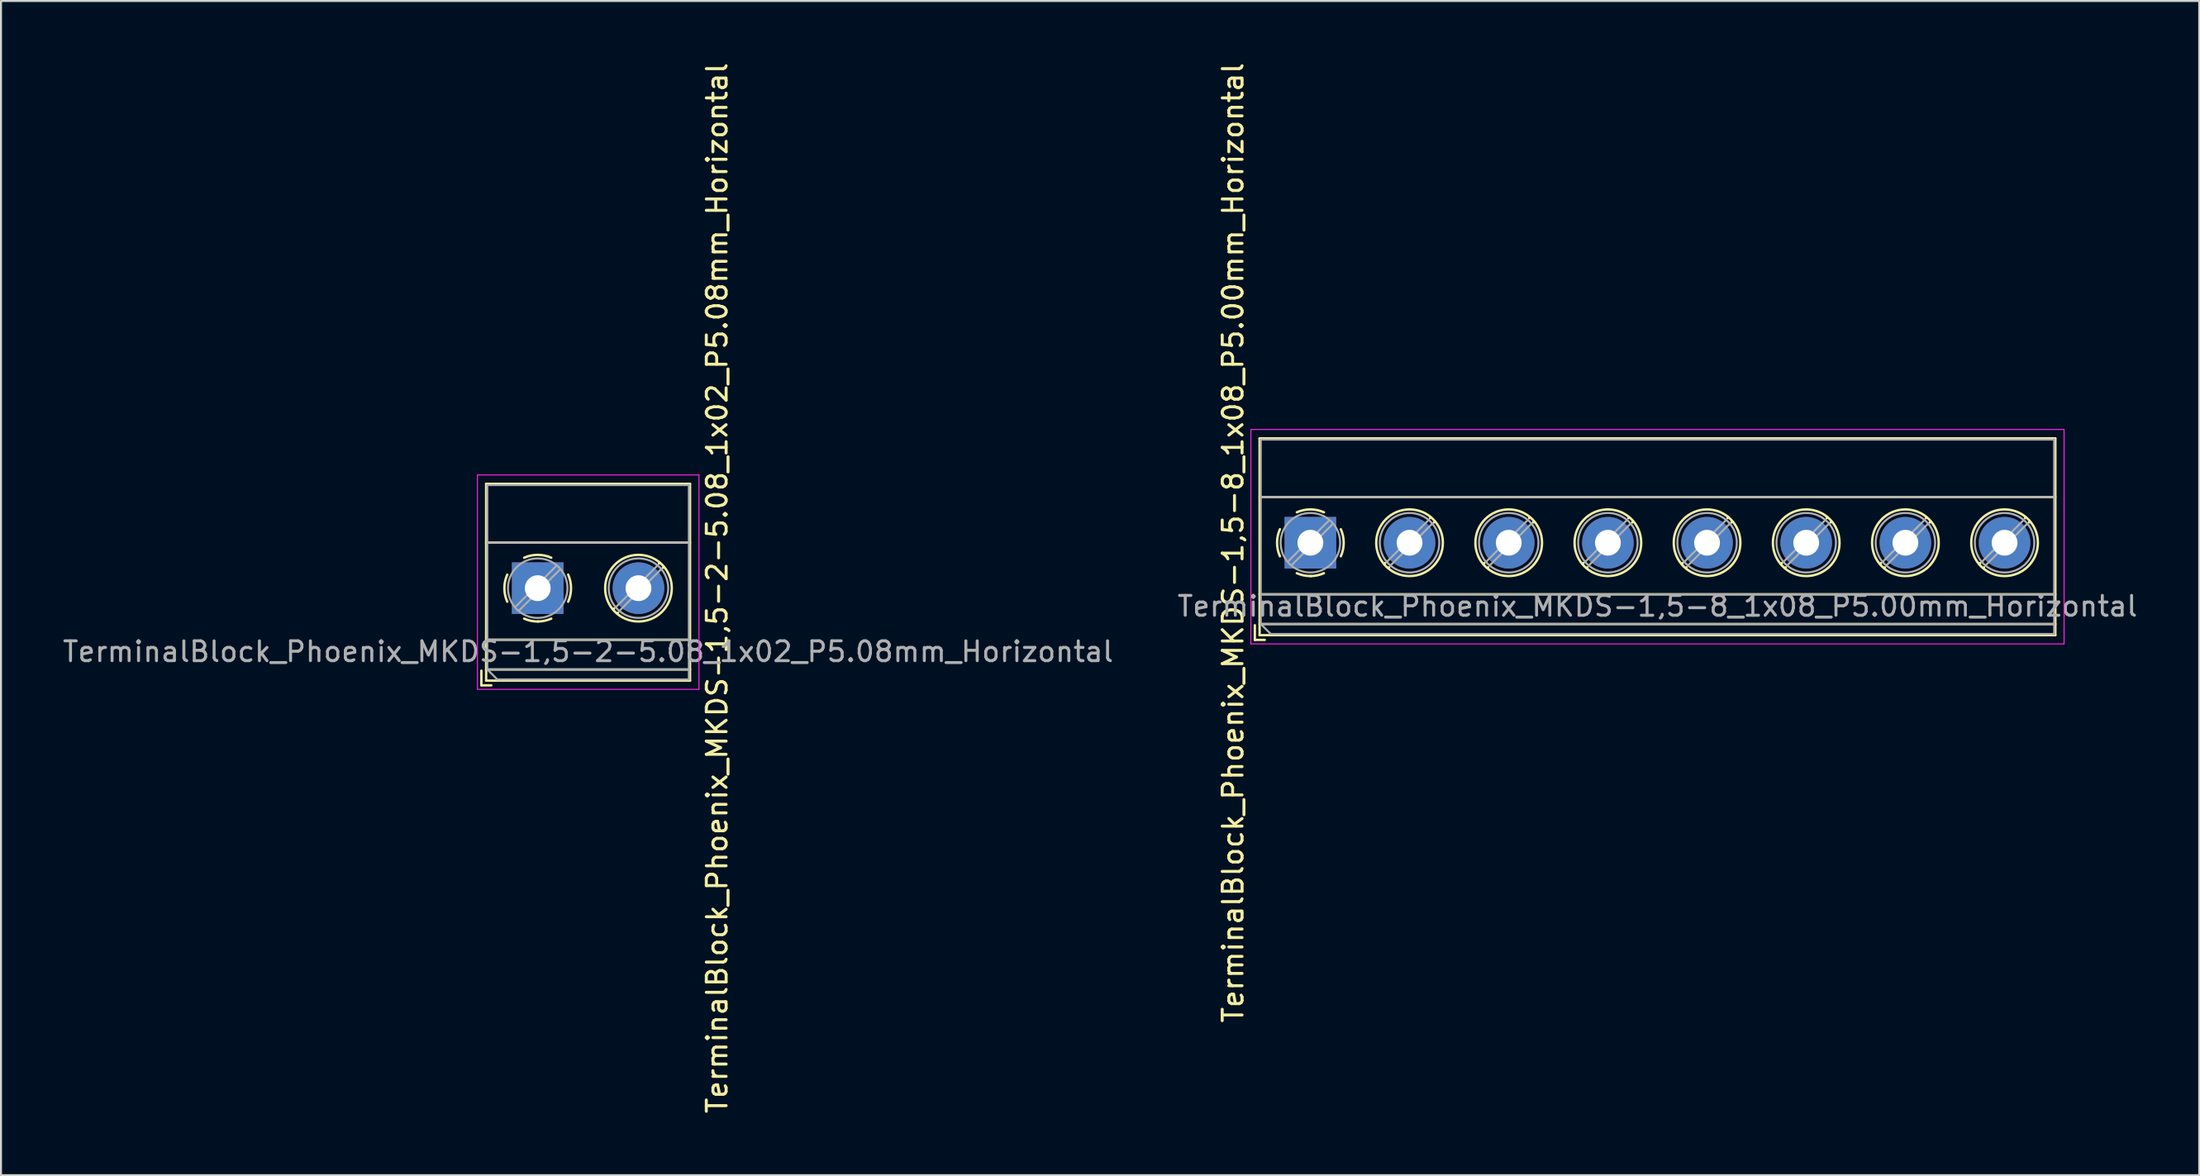
<source format=kicad_pcb>
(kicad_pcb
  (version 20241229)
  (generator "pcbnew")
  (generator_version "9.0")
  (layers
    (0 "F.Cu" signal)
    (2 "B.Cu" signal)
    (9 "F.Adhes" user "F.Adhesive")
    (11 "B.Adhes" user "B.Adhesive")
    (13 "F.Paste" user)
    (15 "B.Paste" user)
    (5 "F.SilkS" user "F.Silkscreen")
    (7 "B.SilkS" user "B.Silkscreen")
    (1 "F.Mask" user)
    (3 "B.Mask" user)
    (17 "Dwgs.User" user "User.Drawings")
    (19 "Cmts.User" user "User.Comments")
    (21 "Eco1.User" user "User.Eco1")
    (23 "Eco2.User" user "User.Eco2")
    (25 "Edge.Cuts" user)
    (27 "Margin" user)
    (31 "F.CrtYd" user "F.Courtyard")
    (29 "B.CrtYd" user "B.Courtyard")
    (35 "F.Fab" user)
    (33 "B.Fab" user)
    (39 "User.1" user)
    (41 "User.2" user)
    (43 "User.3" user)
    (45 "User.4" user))
  (footprint "TerminalBlock_Phoenix_MKDS-1,5-8_1x08_P5.00mm_Horizontal"
    (layer "F.Cu")
    (at 63.018 24.315)
    (property "Reference" "TerminalBlock_Phoenix_MKDS-1,5-8_1x08_P5.00mm_Horizontal" (at -3.9 0 270) (layer "F.SilkS") (effects (font (size 1 1) (thickness 0.15))))
    (attr through_hole)
    (fp_line (start -2.8 4.16) (end -2.8 4.9) (stroke (width 0.12) (type solid)) (layer "F.SilkS"))
    (fp_line (start -2.8 4.9) (end -2.3 4.9) (stroke (width 0.12) (type solid)) (layer "F.SilkS"))
    (fp_line (start -2.56 -5.261) (end -2.56 4.66) (stroke (width 0.12) (type solid)) (layer "F.SilkS"))
    (fp_line (start -2.56 -5.261) (end 37.56 -5.261) (stroke (width 0.12) (type solid)) (layer "F.SilkS"))
    (fp_line (start -2.56 -2.301) (end 37.56 -2.301) (stroke (width 0.12) (type solid)) (layer "F.SilkS"))
    (fp_line (start -2.56 2.6) (end 37.56 2.6) (stroke (width 0.12) (type solid)) (layer "F.SilkS"))
    (fp_line (start -2.56 4.1) (end 37.56 4.1) (stroke (width 0.12) (type solid)) (layer "F.SilkS"))
    (fp_line (start -2.56 4.66) (end 37.56 4.66) (stroke (width 0.12) (type solid)) (layer "F.SilkS"))
    (fp_line (start 3.773 1.023) (end 3.726 1.069) (stroke (width 0.12) (type solid)) (layer "F.SilkS"))
    (fp_line (start 3.966 1.239) (end 3.931 1.274) (stroke (width 0.12) (type solid)) (layer "F.SilkS"))
    (fp_line (start 6.07 -1.275) (end 6.035 -1.239) (stroke (width 0.12) (type solid)) (layer "F.SilkS"))
    (fp_line (start 6.275 -1.069) (end 6.228 -1.023) (stroke (width 0.12) (type solid)) (layer "F.SilkS"))
    (fp_line (start 8.773 1.023) (end 8.726 1.069) (stroke (width 0.12) (type solid)) (layer "F.SilkS"))
    (fp_line (start 8.966 1.239) (end 8.931 1.274) (stroke (width 0.12) (type solid)) (layer "F.SilkS"))
    (fp_line (start 11.07 -1.275) (end 11.035 -1.239) (stroke (width 0.12) (type solid)) (layer "F.SilkS"))
    (fp_line (start 11.275 -1.069) (end 11.228 -1.023) (stroke (width 0.12) (type solid)) (layer "F.SilkS"))
    (fp_line (start 13.773 1.023) (end 13.726 1.069) (stroke (width 0.12) (type solid)) (layer "F.SilkS"))
    (fp_line (start 13.966 1.239) (end 13.931 1.274) (stroke (width 0.12) (type solid)) (layer "F.SilkS"))
    (fp_line (start 16.07 -1.275) (end 16.035 -1.239) (stroke (width 0.12) (type solid)) (layer "F.SilkS"))
    (fp_line (start 16.275 -1.069) (end 16.228 -1.023) (stroke (width 0.12) (type solid)) (layer "F.SilkS"))
    (fp_line (start 18.773 1.023) (end 18.726 1.069) (stroke (width 0.12) (type solid)) (layer "F.SilkS"))
    (fp_line (start 18.966 1.239) (end 18.931 1.274) (stroke (width 0.12) (type solid)) (layer "F.SilkS"))
    (fp_line (start 21.07 -1.275) (end 21.035 -1.239) (stroke (width 0.12) (type solid)) (layer "F.SilkS"))
    (fp_line (start 21.275 -1.069) (end 21.228 -1.023) (stroke (width 0.12) (type solid)) (layer "F.SilkS"))
    (fp_line (start 23.773 1.023) (end 23.726 1.069) (stroke (width 0.12) (type solid)) (layer "F.SilkS"))
    (fp_line (start 23.966 1.239) (end 23.931 1.274) (stroke (width 0.12) (type solid)) (layer "F.SilkS"))
    (fp_line (start 26.07 -1.275) (end 26.035 -1.239) (stroke (width 0.12) (type solid)) (layer "F.SilkS"))
    (fp_line (start 26.275 -1.069) (end 26.228 -1.023) (stroke (width 0.12) (type solid)) (layer "F.SilkS"))
    (fp_line (start 28.773 1.023) (end 28.726 1.069) (stroke (width 0.12) (type solid)) (layer "F.SilkS"))
    (fp_line (start 28.966 1.239) (end 28.931 1.274) (stroke (width 0.12) (type solid)) (layer "F.SilkS"))
    (fp_line (start 31.07 -1.275) (end 31.035 -1.239) (stroke (width 0.12) (type solid)) (layer "F.SilkS"))
    (fp_line (start 31.275 -1.069) (end 31.228 -1.023) (stroke (width 0.12) (type solid)) (layer "F.SilkS"))
    (fp_line (start 33.773 1.023) (end 33.726 1.069) (stroke (width 0.12) (type solid)) (layer "F.SilkS"))
    (fp_line (start 33.966 1.239) (end 33.931 1.274) (stroke (width 0.12) (type solid)) (layer "F.SilkS"))
    (fp_line (start 36.07 -1.275) (end 36.035 -1.239) (stroke (width 0.12) (type solid)) (layer "F.SilkS"))
    (fp_line (start 36.275 -1.069) (end 36.228 -1.023) (stroke (width 0.12) (type solid)) (layer "F.SilkS"))
    (fp_line (start 37.56 -5.261) (end 37.56 4.66) (stroke (width 0.12) (type solid)) (layer "F.SilkS"))
    (fp_arc (start -1.535427 0.683042) (mid -1.680501 -0.000524) (end -1.535 -0.684) (stroke (width 0.12) (type solid)) (layer "F.SilkS"))
    (fp_arc (start -0.683042 -1.535427) (mid 0.000524 -1.680501) (end 0.684 -1.535) (stroke (width 0.12) (type solid)) (layer "F.SilkS"))
    (fp_arc (start 0.028805 1.680253) (mid -0.335551 1.646659) (end -0.684 1.535) (stroke (width 0.12) (type solid)) (layer "F.SilkS"))
    (fp_arc (start 0.683318 1.534756) (mid 0.349292 1.643288) (end 0 1.68) (stroke (width 0.12) (type solid)) (layer "F.SilkS"))
    (fp_arc (start 1.535427 -0.683042) (mid 1.680501 0.000524) (end 1.535 0.684) (stroke (width 0.12) (type solid)) (layer "F.SilkS"))
    (fp_circle (center 5 0) (end 6.68 0) (stroke (width 0.12) (type solid)) (fill no) (layer "F.SilkS"))
    (fp_circle (center 10 0) (end 11.68 0) (stroke (width 0.12) (type solid)) (fill no) (layer "F.SilkS"))
    (fp_circle (center 15 0) (end 16.68 0) (stroke (width 0.12) (type solid)) (fill no) (layer "F.SilkS"))
    (fp_circle (center 20 0) (end 21.68 0) (stroke (width 0.12) (type solid)) (fill no) (layer "F.SilkS"))
    (fp_circle (center 25 0) (end 26.68 0) (stroke (width 0.12) (type solid)) (fill no) (layer "F.SilkS"))
    (fp_circle (center 30 0) (end 31.68 0) (stroke (width 0.12) (type solid)) (fill no) (layer "F.SilkS"))
    (fp_circle (center 35 0) (end 36.68 0) (stroke (width 0.12) (type solid)) (fill no) (layer "F.SilkS"))
    (fp_line (start -3 -5.71) (end -3 5.1) (stroke (width 0.05) (type solid)) (layer "F.CrtYd"))
    (fp_line (start -3 5.1) (end 38 5.1) (stroke (width 0.05) (type solid)) (layer "F.CrtYd"))
    (fp_line (start 38 -5.71) (end -3 -5.71) (stroke (width 0.05) (type solid)) (layer "F.CrtYd"))
    (fp_line (start 38 5.1) (end 38 -5.71) (stroke (width 0.05) (type solid)) (layer "F.CrtYd"))
    (fp_line (start -2.5 -5.2) (end 37.5 -5.2) (stroke (width 0.1) (type solid)) (layer "F.Fab"))
    (fp_line (start -2.5 -2.3) (end 37.5 -2.3) (stroke (width 0.1) (type solid)) (layer "F.Fab"))
    (fp_line (start -2.5 2.6) (end 37.5 2.6) (stroke (width 0.1) (type solid)) (layer "F.Fab"))
    (fp_line (start -2.5 4.1) (end -2.5 -5.2) (stroke (width 0.1) (type solid)) (layer "F.Fab"))
    (fp_line (start -2.5 4.1) (end 37.5 4.1) (stroke (width 0.1) (type solid)) (layer "F.Fab"))
    (fp_line (start -2 4.6) (end -2.5 4.1) (stroke (width 0.1) (type solid)) (layer "F.Fab"))
    (fp_line (start 0.955 -1.138) (end -1.138 0.955) (stroke (width 0.1) (type solid)) (layer "F.Fab"))
    (fp_line (start 1.138 -0.955) (end -0.955 1.138) (stroke (width 0.1) (type solid)) (layer "F.Fab"))
    (fp_line (start 5.955 -1.138) (end 3.863 0.955) (stroke (width 0.1) (type solid)) (layer "F.Fab"))
    (fp_line (start 6.138 -0.955) (end 4.046 1.138) (stroke (width 0.1) (type solid)) (layer "F.Fab"))
    (fp_line (start 10.955 -1.138) (end 8.863 0.955) (stroke (width 0.1) (type solid)) (layer "F.Fab"))
    (fp_line (start 11.138 -0.955) (end 9.046 1.138) (stroke (width 0.1) (type solid)) (layer "F.Fab"))
    (fp_line (start 15.955 -1.138) (end 13.863 0.955) (stroke (width 0.1) (type solid)) (layer "F.Fab"))
    (fp_line (start 16.138 -0.955) (end 14.046 1.138) (stroke (width 0.1) (type solid)) (layer "F.Fab"))
    (fp_line (start 20.955 -1.138) (end 18.863 0.955) (stroke (width 0.1) (type solid)) (layer "F.Fab"))
    (fp_line (start 21.138 -0.955) (end 19.046 1.138) (stroke (width 0.1) (type solid)) (layer "F.Fab"))
    (fp_line (start 25.955 -1.138) (end 23.863 0.955) (stroke (width 0.1) (type solid)) (layer "F.Fab"))
    (fp_line (start 26.138 -0.955) (end 24.046 1.138) (stroke (width 0.1) (type solid)) (layer "F.Fab"))
    (fp_line (start 30.955 -1.138) (end 28.863 0.955) (stroke (width 0.1) (type solid)) (layer "F.Fab"))
    (fp_line (start 31.138 -0.955) (end 29.046 1.138) (stroke (width 0.1) (type solid)) (layer "F.Fab"))
    (fp_line (start 35.955 -1.138) (end 33.863 0.955) (stroke (width 0.1) (type solid)) (layer "F.Fab"))
    (fp_line (start 36.138 -0.955) (end 34.046 1.138) (stroke (width 0.1) (type solid)) (layer "F.Fab"))
    (fp_line (start 37.5 -5.2) (end 37.5 4.6) (stroke (width 0.1) (type solid)) (layer "F.Fab"))
    (fp_line (start 37.5 4.6) (end -2 4.6) (stroke (width 0.1) (type solid)) (layer "F.Fab"))
    (fp_circle (center 0 0) (end 1.5 0) (stroke (width 0.1) (type solid)) (fill no) (layer "F.Fab"))
    (fp_circle (center 5 0) (end 6.5 0) (stroke (width 0.1) (type solid)) (fill no) (layer "F.Fab"))
    (fp_circle (center 10 0) (end 11.5 0) (stroke (width 0.1) (type solid)) (fill no) (layer "F.Fab"))
    (fp_circle (center 15 0) (end 16.5 0) (stroke (width 0.1) (type solid)) (fill no) (layer "F.Fab"))
    (fp_circle (center 20 0) (end 21.5 0) (stroke (width 0.1) (type solid)) (fill no) (layer "F.Fab"))
    (fp_circle (center 25 0) (end 26.5 0) (stroke (width 0.1) (type solid)) (fill no) (layer "F.Fab"))
    (fp_circle (center 30 0) (end 31.5 0) (stroke (width 0.1) (type solid)) (fill no) (layer "F.Fab"))
    (fp_circle (center 35 0) (end 36.5 0) (stroke (width 0.1) (type solid)) (fill no) (layer "F.Fab"))
    (fp_text user "${REFERENCE}" (at 17.5 3.2 0) (layer "F.Fab") (effects (font (size 1 1) (thickness 0.15))))
    (pad "1" thru_hole rect (at 0 0) (size 2.6 2.6) (drill 1.3) (layers "*.Cu" "*.Mask"))
    (pad "2" thru_hole circle (at 5 0) (size 2.6 2.6) (drill 1.3) (layers "*.Cu" "*.Mask"))
    (pad "3" thru_hole circle (at 10 0) (size 2.6 2.6) (drill 1.3) (layers "*.Cu" "*.Mask"))
    (pad "4" thru_hole circle (at 15 0) (size 2.6 2.6) (drill 1.3) (layers "*.Cu" "*.Mask"))
    (pad "5" thru_hole circle (at 20 0) (size 2.6 2.6) (drill 1.3) (layers "*.Cu" "*.Mask"))
    (pad "6" thru_hole circle (at 25 0) (size 2.6 2.6) (drill 1.3) (layers "*.Cu" "*.Mask"))
    (pad "7" thru_hole circle (at 30 0) (size 2.6 2.6) (drill 1.3) (layers "*.Cu" "*.Mask"))
    (pad "8" thru_hole circle (at 35 0) (size 2.6 2.6) (drill 1.3) (layers "*.Cu" "*.Mask")))
  (footprint "TerminalBlock_Phoenix_MKDS-1,5-2-5.08_1x02_P5.08mm_Horizontal"
    (layer "F.Cu")
    (at 24.061 26.606)
    (property "Reference" "TerminalBlock_Phoenix_MKDS-1,5-2-5.08_1x02_P5.08mm_Horizontal" (at 9.045 -0.005 90) (layer "F.SilkS") (effects (font (size 1 1) (thickness 0.15))))
    (attr through_hole)
    (fp_line (start -2.84 4.16) (end -2.84 4.9) (stroke (width 0.12) (type solid)) (layer "F.SilkS"))
    (fp_line (start -2.84 4.9) (end -2.34 4.9) (stroke (width 0.12) (type solid)) (layer "F.SilkS"))
    (fp_line (start -2.6 -5.261) (end -2.6 4.66) (stroke (width 0.12) (type solid)) (layer "F.SilkS"))
    (fp_line (start -2.6 -5.261) (end 7.68 -5.261) (stroke (width 0.12) (type solid)) (layer "F.SilkS"))
    (fp_line (start -2.6 -2.301) (end 7.68 -2.301) (stroke (width 0.12) (type solid)) (layer "F.SilkS"))
    (fp_line (start -2.6 2.6) (end 7.68 2.6) (stroke (width 0.12) (type solid)) (layer "F.SilkS"))
    (fp_line (start -2.6 4.1) (end 7.68 4.1) (stroke (width 0.12) (type solid)) (layer "F.SilkS"))
    (fp_line (start -2.6 4.66) (end 7.68 4.66) (stroke (width 0.12) (type solid)) (layer "F.SilkS"))
    (fp_line (start 3.853 1.023) (end 3.806 1.069) (stroke (width 0.12) (type solid)) (layer "F.SilkS"))
    (fp_line (start 4.046 1.239) (end 4.011 1.274) (stroke (width 0.12) (type solid)) (layer "F.SilkS"))
    (fp_line (start 6.15 -1.275) (end 6.115 -1.239) (stroke (width 0.12) (type solid)) (layer "F.SilkS"))
    (fp_line (start 6.355 -1.069) (end 6.308 -1.023) (stroke (width 0.12) (type solid)) (layer "F.SilkS"))
    (fp_line (start 7.68 -5.261) (end 7.68 4.66) (stroke (width 0.12) (type solid)) (layer "F.SilkS"))
    (fp_arc (start -1.535427 0.683042) (mid -1.680501 -0.000524) (end -1.535 -0.684) (stroke (width 0.12) (type solid)) (layer "F.SilkS"))
    (fp_arc (start -0.683042 -1.535427) (mid 0.000524 -1.680501) (end 0.684 -1.535) (stroke (width 0.12) (type solid)) (layer "F.SilkS"))
    (fp_arc (start 0.028805 1.680253) (mid -0.335551 1.646659) (end -0.684 1.535) (stroke (width 0.12) (type solid)) (layer "F.SilkS"))
    (fp_arc (start 0.683318 1.534756) (mid 0.349292 1.643288) (end 0 1.68) (stroke (width 0.12) (type solid)) (layer "F.SilkS"))
    (fp_arc (start 1.535427 -0.683042) (mid 1.680501 0.000524) (end 1.535 0.684) (stroke (width 0.12) (type solid)) (layer "F.SilkS"))
    (fp_circle (center 5.08 0) (end 6.76 0) (stroke (width 0.12) (type solid)) (fill no) (layer "F.SilkS"))
    (fp_line (start -3.04 -5.71) (end -3.04 5.1) (stroke (width 0.05) (type solid)) (layer "F.CrtYd"))
    (fp_line (start -3.04 5.1) (end 8.13 5.1) (stroke (width 0.05) (type solid)) (layer "F.CrtYd"))
    (fp_line (start 8.13 -5.71) (end -3.04 -5.71) (stroke (width 0.05) (type solid)) (layer "F.CrtYd"))
    (fp_line (start 8.13 5.1) (end 8.13 -5.71) (stroke (width 0.05) (type solid)) (layer "F.CrtYd"))
    (fp_line (start -2.54 -5.2) (end 7.62 -5.2) (stroke (width 0.1) (type solid)) (layer "F.Fab"))
    (fp_line (start -2.54 -2.3) (end 7.62 -2.3) (stroke (width 0.1) (type solid)) (layer "F.Fab"))
    (fp_line (start -2.54 2.6) (end 7.62 2.6) (stroke (width 0.1) (type solid)) (layer "F.Fab"))
    (fp_line (start -2.54 4.1) (end -2.54 -5.2) (stroke (width 0.1) (type solid)) (layer "F.Fab"))
    (fp_line (start -2.54 4.1) (end 7.62 4.1) (stroke (width 0.1) (type solid)) (layer "F.Fab"))
    (fp_line (start -2.04 4.6) (end -2.54 4.1) (stroke (width 0.1) (type solid)) (layer "F.Fab"))
    (fp_line (start 0.955 -1.138) (end -1.138 0.955) (stroke (width 0.1) (type solid)) (layer "F.Fab"))
    (fp_line (start 1.138 -0.955) (end -0.955 1.138) (stroke (width 0.1) (type solid)) (layer "F.Fab"))
    (fp_line (start 6.035 -1.138) (end 3.943 0.955) (stroke (width 0.1) (type solid)) (layer "F.Fab"))
    (fp_line (start 6.218 -0.955) (end 4.126 1.138) (stroke (width 0.1) (type solid)) (layer "F.Fab"))
    (fp_line (start 7.62 -5.2) (end 7.62 4.6) (stroke (width 0.1) (type solid)) (layer "F.Fab"))
    (fp_line (start 7.62 4.6) (end -2.04 4.6) (stroke (width 0.1) (type solid)) (layer "F.Fab"))
    (fp_circle (center 0 0) (end 1.5 0) (stroke (width 0.1) (type solid)) (fill no) (layer "F.Fab"))
    (fp_circle (center 5.08 0) (end 6.58 0) (stroke (width 0.1) (type solid)) (fill no) (layer "F.Fab"))
    (fp_text user "${REFERENCE}" (at 2.54 3.2 0) (layer "F.Fab") (effects (font (size 1 1) (thickness 0.15))))
    (pad "1" thru_hole rect (at 0 0) (size 2.6 2.6) (drill 1.3) (layers "*.Cu" "*.Mask"))
    (pad "2" thru_hole circle (at 5.08 0) (size 2.6 2.6) (drill 1.3) (layers "*.Cu" "*.Mask")))
  (gr_rect
    (start -3 -3)
    (end 107.833 56.202)
    (stroke (width 0.1) (type default))
    (fill no)
    (layer "Edge.Cuts")))
</source>
